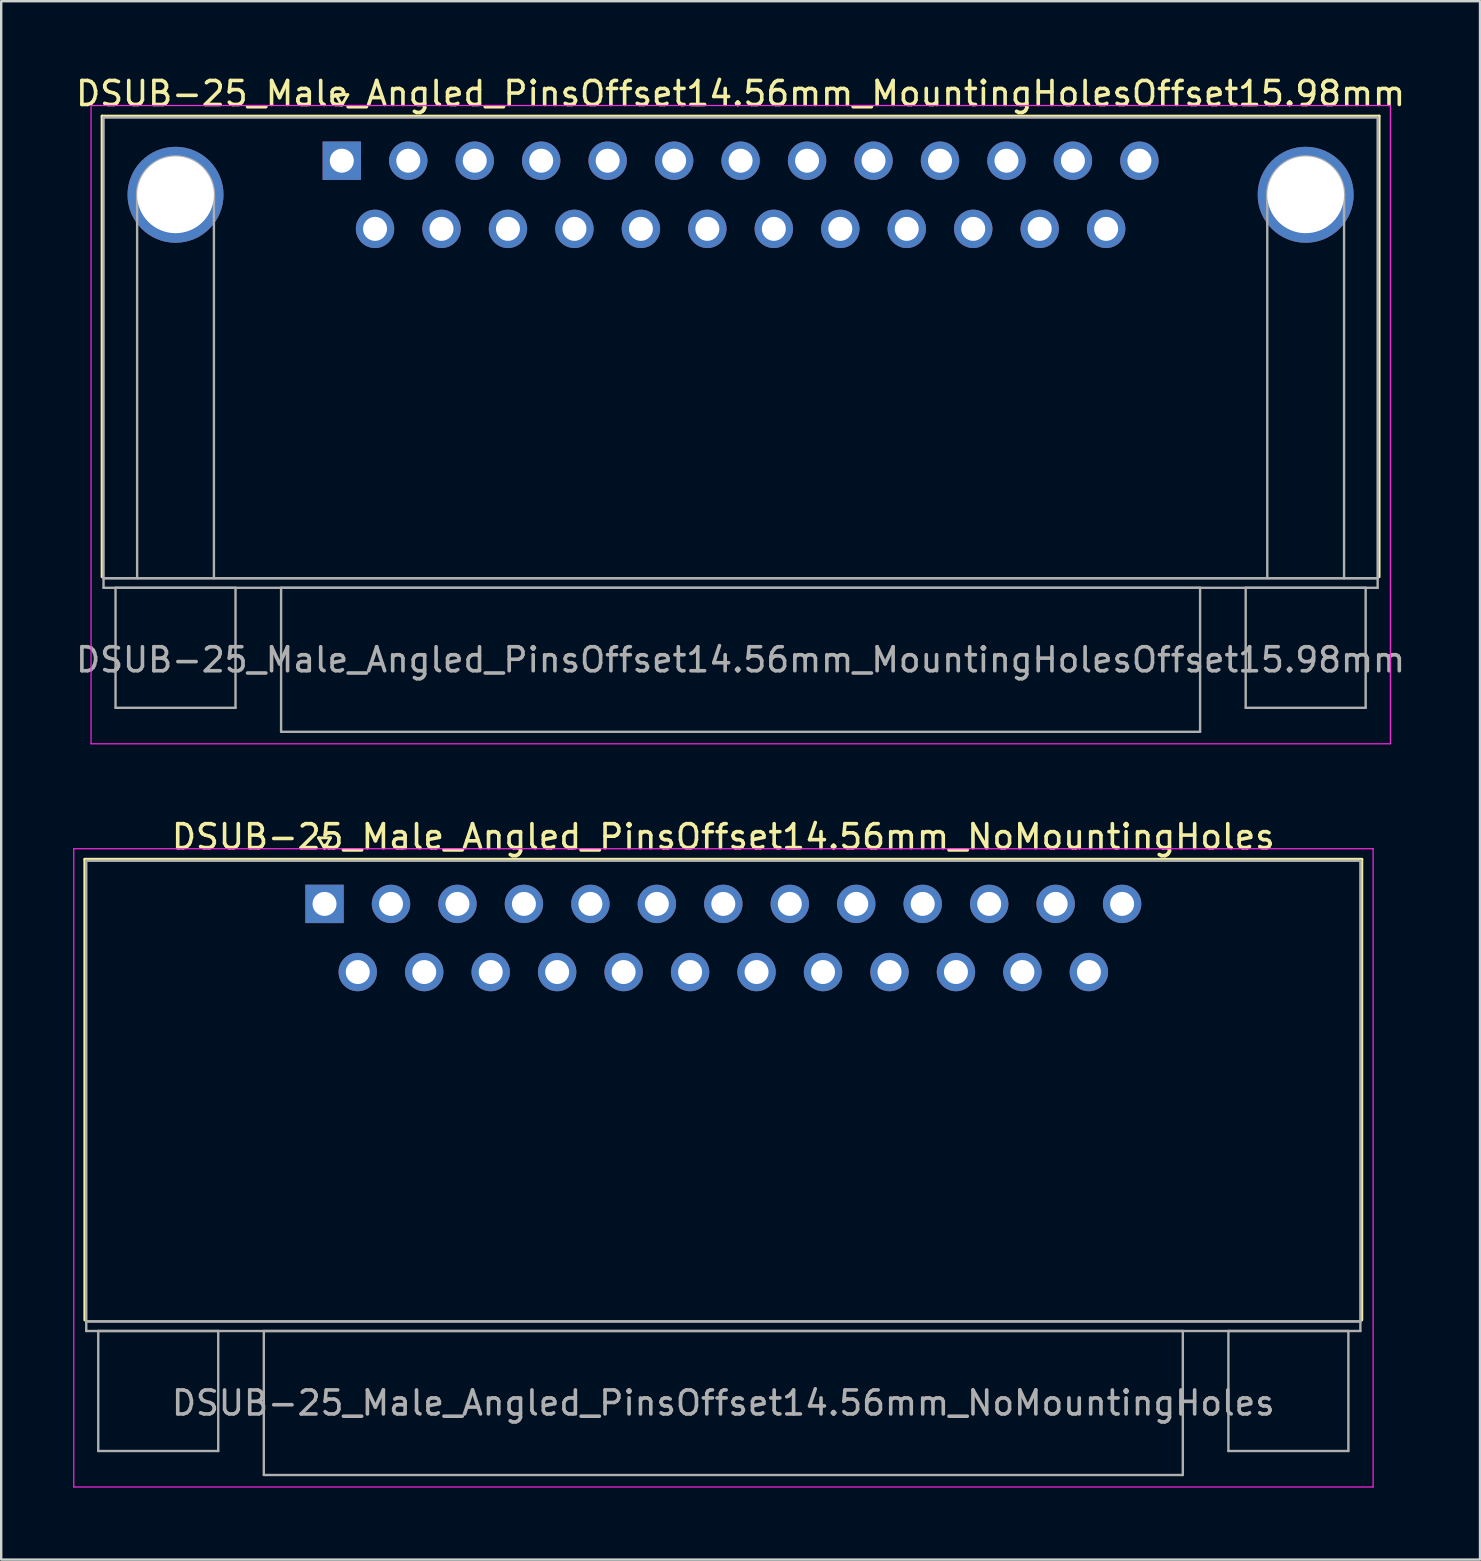
<source format=kicad_pcb>
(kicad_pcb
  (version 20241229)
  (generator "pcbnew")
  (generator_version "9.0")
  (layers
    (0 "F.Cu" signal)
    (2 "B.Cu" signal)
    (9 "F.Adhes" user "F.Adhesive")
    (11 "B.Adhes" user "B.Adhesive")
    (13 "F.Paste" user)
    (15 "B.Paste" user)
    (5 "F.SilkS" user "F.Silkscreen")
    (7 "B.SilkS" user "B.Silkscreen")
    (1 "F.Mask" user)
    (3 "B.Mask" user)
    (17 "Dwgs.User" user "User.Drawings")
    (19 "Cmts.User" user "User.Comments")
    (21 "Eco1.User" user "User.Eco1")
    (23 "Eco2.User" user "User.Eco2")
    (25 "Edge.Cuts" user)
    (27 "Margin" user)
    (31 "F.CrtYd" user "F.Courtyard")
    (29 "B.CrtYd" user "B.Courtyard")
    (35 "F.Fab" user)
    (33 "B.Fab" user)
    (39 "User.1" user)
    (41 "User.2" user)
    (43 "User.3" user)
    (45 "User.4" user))
  (footprint "DSUB-25_Male_Angled_PinsOffset14.56mm_NoMountingHoles"
    (layer "F.Cu")
    (at 10.475 34.621)
    (property "Reference" "DSUB-25_Male_Angled_PinsOffset14.56mm_NoMountingHoles" (at 16.62 -2.8 0) (layer "F.SilkS") (effects (font (size 1 1) (thickness 0.15))))
    (attr through_hole)
    (fp_line (start -9.99 -1.86) (end 43.23 -1.86) (stroke (width 0.12) (type solid)) (layer "F.SilkS"))
    (fp_line (start -9.99 17.34) (end -9.99 -1.86) (stroke (width 0.12) (type solid)) (layer "F.SilkS"))
    (fp_line (start -0.25 -2.754) (end 0.25 -2.754) (stroke (width 0.12) (type solid)) (layer "F.SilkS"))
    (fp_line (start 0 -2.321) (end -0.25 -2.754) (stroke (width 0.12) (type solid)) (layer "F.SilkS"))
    (fp_line (start 0.25 -2.754) (end 0 -2.321) (stroke (width 0.12) (type solid)) (layer "F.SilkS"))
    (fp_line (start 43.23 -1.86) (end 43.23 17.34) (stroke (width 0.12) (type solid)) (layer "F.SilkS"))
    (fp_line (start -10.45 -2.3) (end -10.45 24.3) (stroke (width 0.05) (type solid)) (layer "F.CrtYd"))
    (fp_line (start -10.45 24.3) (end 43.7 24.3) (stroke (width 0.05) (type solid)) (layer "F.CrtYd"))
    (fp_line (start 43.7 -2.3) (end -10.45 -2.3) (stroke (width 0.05) (type solid)) (layer "F.CrtYd"))
    (fp_line (start 43.7 24.3) (end 43.7 -2.3) (stroke (width 0.05) (type solid)) (layer "F.CrtYd"))
    (fp_line (start -9.93 -1.8) (end -9.93 17.4) (stroke (width 0.1) (type solid)) (layer "F.Fab"))
    (fp_line (start -9.93 17.4) (end -9.93 17.8) (stroke (width 0.1) (type solid)) (layer "F.Fab"))
    (fp_line (start -9.93 17.4) (end 43.17 17.4) (stroke (width 0.1) (type solid)) (layer "F.Fab"))
    (fp_line (start -9.93 17.8) (end 43.17 17.8) (stroke (width 0.1) (type solid)) (layer "F.Fab"))
    (fp_line (start -9.43 17.8) (end -9.43 22.8) (stroke (width 0.1) (type solid)) (layer "F.Fab"))
    (fp_line (start -9.43 22.8) (end -4.43 22.8) (stroke (width 0.1) (type solid)) (layer "F.Fab"))
    (fp_line (start -4.43 17.8) (end -9.43 17.8) (stroke (width 0.1) (type solid)) (layer "F.Fab"))
    (fp_line (start -4.43 22.8) (end -4.43 17.8) (stroke (width 0.1) (type solid)) (layer "F.Fab"))
    (fp_line (start -2.53 17.8) (end -2.53 23.8) (stroke (width 0.1) (type solid)) (layer "F.Fab"))
    (fp_line (start -2.53 23.8) (end 35.77 23.8) (stroke (width 0.1) (type solid)) (layer "F.Fab"))
    (fp_line (start 35.77 17.8) (end -2.53 17.8) (stroke (width 0.1) (type solid)) (layer "F.Fab"))
    (fp_line (start 35.77 23.8) (end 35.77 17.8) (stroke (width 0.1) (type solid)) (layer "F.Fab"))
    (fp_line (start 37.67 17.8) (end 37.67 22.8) (stroke (width 0.1) (type solid)) (layer "F.Fab"))
    (fp_line (start 37.67 22.8) (end 42.67 22.8) (stroke (width 0.1) (type solid)) (layer "F.Fab"))
    (fp_line (start 42.67 17.8) (end 37.67 17.8) (stroke (width 0.1) (type solid)) (layer "F.Fab"))
    (fp_line (start 42.67 22.8) (end 42.67 17.8) (stroke (width 0.1) (type solid)) (layer "F.Fab"))
    (fp_line (start 43.17 -1.8) (end -9.93 -1.8) (stroke (width 0.1) (type solid)) (layer "F.Fab"))
    (fp_line (start 43.17 17.4) (end -9.93 17.4) (stroke (width 0.1) (type solid)) (layer "F.Fab"))
    (fp_line (start 43.17 17.4) (end 43.17 -1.8) (stroke (width 0.1) (type solid)) (layer "F.Fab"))
    (fp_line (start 43.17 17.8) (end 43.17 17.4) (stroke (width 0.1) (type solid)) (layer "F.Fab"))
    (fp_text user "${REFERENCE}" (at 16.62 20.8 0) (layer "F.Fab") (effects (font (size 1 1) (thickness 0.15))))
    (pad "1" thru_hole rect (at 0 0) (size 1.6 1.6) (drill 1) (layers "*.Cu" "*.Mask"))
    (pad "2" thru_hole circle (at 2.77 0) (size 1.6 1.6) (drill 1) (layers "*.Cu" "*.Mask"))
    (pad "3" thru_hole circle (at 5.54 0) (size 1.6 1.6) (drill 1) (layers "*.Cu" "*.Mask"))
    (pad "4" thru_hole circle (at 8.31 0) (size 1.6 1.6) (drill 1) (layers "*.Cu" "*.Mask"))
    (pad "5" thru_hole circle (at 11.08 0) (size 1.6 1.6) (drill 1) (layers "*.Cu" "*.Mask"))
    (pad "6" thru_hole circle (at 13.85 0) (size 1.6 1.6) (drill 1) (layers "*.Cu" "*.Mask"))
    (pad "7" thru_hole circle (at 16.62 0) (size 1.6 1.6) (drill 1) (layers "*.Cu" "*.Mask"))
    (pad "8" thru_hole circle (at 19.39 0) (size 1.6 1.6) (drill 1) (layers "*.Cu" "*.Mask"))
    (pad "9" thru_hole circle (at 22.16 0) (size 1.6 1.6) (drill 1) (layers "*.Cu" "*.Mask"))
    (pad "10" thru_hole circle (at 24.93 0) (size 1.6 1.6) (drill 1) (layers "*.Cu" "*.Mask"))
    (pad "11" thru_hole circle (at 27.7 0) (size 1.6 1.6) (drill 1) (layers "*.Cu" "*.Mask"))
    (pad "12" thru_hole circle (at 30.47 0) (size 1.6 1.6) (drill 1) (layers "*.Cu" "*.Mask"))
    (pad "13" thru_hole circle (at 33.24 0) (size 1.6 1.6) (drill 1) (layers "*.Cu" "*.Mask"))
    (pad "14" thru_hole circle (at 1.385 2.84) (size 1.6 1.6) (drill 1) (layers "*.Cu" "*.Mask"))
    (pad "15" thru_hole circle (at 4.155 2.84) (size 1.6 1.6) (drill 1) (layers "*.Cu" "*.Mask"))
    (pad "16" thru_hole circle (at 6.925 2.84) (size 1.6 1.6) (drill 1) (layers "*.Cu" "*.Mask"))
    (pad "17" thru_hole circle (at 9.695 2.84) (size 1.6 1.6) (drill 1) (layers "*.Cu" "*.Mask"))
    (pad "18" thru_hole circle (at 12.465 2.84) (size 1.6 1.6) (drill 1) (layers "*.Cu" "*.Mask"))
    (pad "19" thru_hole circle (at 15.235 2.84) (size 1.6 1.6) (drill 1) (layers "*.Cu" "*.Mask"))
    (pad "20" thru_hole circle (at 18.005 2.84) (size 1.6 1.6) (drill 1) (layers "*.Cu" "*.Mask"))
    (pad "21" thru_hole circle (at 20.775 2.84) (size 1.6 1.6) (drill 1) (layers "*.Cu" "*.Mask"))
    (pad "22" thru_hole circle (at 23.545 2.84) (size 1.6 1.6) (drill 1) (layers "*.Cu" "*.Mask"))
    (pad "23" thru_hole circle (at 26.315 2.84) (size 1.6 1.6) (drill 1) (layers "*.Cu" "*.Mask"))
    (pad "24" thru_hole circle (at 29.085 2.84) (size 1.6 1.6) (drill 1) (layers "*.Cu" "*.Mask"))
    (pad "25" thru_hole circle (at 31.855 2.84) (size 1.6 1.6) (drill 1) (layers "*.Cu" "*.Mask")))
  (footprint "DSUB-25_Male_Angled_PinsOffset14.56mm_MountingHolesOffset15.98mm"
    (layer "F.Cu")
    (at 11.195 3.648)
    (property "Reference" "DSUB-25_Male_Angled_PinsOffset14.56mm_MountingHolesOffset15.98mm" (at 16.62 -2.8 0) (layer "F.SilkS") (effects (font (size 1 1) (thickness 0.15))))
    (attr through_hole)
    (fp_line (start -9.99 -1.86) (end 43.23 -1.86) (stroke (width 0.12) (type solid)) (layer "F.SilkS"))
    (fp_line (start -9.99 17.34) (end -9.99 -1.86) (stroke (width 0.12) (type solid)) (layer "F.SilkS"))
    (fp_line (start -0.25 -2.754) (end 0.25 -2.754) (stroke (width 0.12) (type solid)) (layer "F.SilkS"))
    (fp_line (start 0 -2.321) (end -0.25 -2.754) (stroke (width 0.12) (type solid)) (layer "F.SilkS"))
    (fp_line (start 0.25 -2.754) (end 0 -2.321) (stroke (width 0.12) (type solid)) (layer "F.SilkS"))
    (fp_line (start 43.23 -1.86) (end 43.23 17.34) (stroke (width 0.12) (type solid)) (layer "F.SilkS"))
    (fp_line (start -10.45 -2.3) (end -10.45 24.3) (stroke (width 0.05) (type solid)) (layer "F.CrtYd"))
    (fp_line (start -10.45 24.3) (end 43.7 24.3) (stroke (width 0.05) (type solid)) (layer "F.CrtYd"))
    (fp_line (start 43.7 -2.3) (end -10.45 -2.3) (stroke (width 0.05) (type solid)) (layer "F.CrtYd"))
    (fp_line (start 43.7 24.3) (end 43.7 -2.3) (stroke (width 0.05) (type solid)) (layer "F.CrtYd"))
    (fp_line (start -9.93 -1.8) (end -9.93 17.4) (stroke (width 0.1) (type solid)) (layer "F.Fab"))
    (fp_line (start -9.93 17.4) (end -9.93 17.8) (stroke (width 0.1) (type solid)) (layer "F.Fab"))
    (fp_line (start -9.93 17.4) (end 43.17 17.4) (stroke (width 0.1) (type solid)) (layer "F.Fab"))
    (fp_line (start -9.93 17.8) (end 43.17 17.8) (stroke (width 0.1) (type solid)) (layer "F.Fab"))
    (fp_line (start -9.43 17.8) (end -9.43 22.8) (stroke (width 0.1) (type solid)) (layer "F.Fab"))
    (fp_line (start -9.43 22.8) (end -4.43 22.8) (stroke (width 0.1) (type solid)) (layer "F.Fab"))
    (fp_line (start -8.53 17.4) (end -8.53 1.42) (stroke (width 0.1) (type solid)) (layer "F.Fab"))
    (fp_line (start -5.33 17.4) (end -5.33 1.42) (stroke (width 0.1) (type solid)) (layer "F.Fab"))
    (fp_line (start -4.43 17.8) (end -9.43 17.8) (stroke (width 0.1) (type solid)) (layer "F.Fab"))
    (fp_line (start -4.43 22.8) (end -4.43 17.8) (stroke (width 0.1) (type solid)) (layer "F.Fab"))
    (fp_line (start -2.53 17.8) (end -2.53 23.8) (stroke (width 0.1) (type solid)) (layer "F.Fab"))
    (fp_line (start -2.53 23.8) (end 35.77 23.8) (stroke (width 0.1) (type solid)) (layer "F.Fab"))
    (fp_line (start 35.77 17.8) (end -2.53 17.8) (stroke (width 0.1) (type solid)) (layer "F.Fab"))
    (fp_line (start 35.77 23.8) (end 35.77 17.8) (stroke (width 0.1) (type solid)) (layer "F.Fab"))
    (fp_line (start 37.67 17.8) (end 37.67 22.8) (stroke (width 0.1) (type solid)) (layer "F.Fab"))
    (fp_line (start 37.67 22.8) (end 42.67 22.8) (stroke (width 0.1) (type solid)) (layer "F.Fab"))
    (fp_line (start 38.57 17.4) (end 38.57 1.42) (stroke (width 0.1) (type solid)) (layer "F.Fab"))
    (fp_line (start 41.77 17.4) (end 41.77 1.42) (stroke (width 0.1) (type solid)) (layer "F.Fab"))
    (fp_line (start 42.67 17.8) (end 37.67 17.8) (stroke (width 0.1) (type solid)) (layer "F.Fab"))
    (fp_line (start 42.67 22.8) (end 42.67 17.8) (stroke (width 0.1) (type solid)) (layer "F.Fab"))
    (fp_line (start 43.17 -1.8) (end -9.93 -1.8) (stroke (width 0.1) (type solid)) (layer "F.Fab"))
    (fp_line (start 43.17 17.4) (end -9.93 17.4) (stroke (width 0.1) (type solid)) (layer "F.Fab"))
    (fp_line (start 43.17 17.4) (end 43.17 -1.8) (stroke (width 0.1) (type solid)) (layer "F.Fab"))
    (fp_line (start 43.17 17.8) (end 43.17 17.4) (stroke (width 0.1) (type solid)) (layer "F.Fab"))
    (fp_arc (start -8.53 1.42) (mid -6.93 -0.18) (end -5.33 1.42) (stroke (width 0.1) (type solid)) (layer "F.Fab"))
    (fp_arc (start 38.57 1.42) (mid 40.17 -0.18) (end 41.77 1.42) (stroke (width 0.1) (type solid)) (layer "F.Fab"))
    (fp_text user "${REFERENCE}" (at 16.62 20.8 0) (layer "F.Fab") (effects (font (size 1 1) (thickness 0.15))))
    (pad "0" thru_hole circle (at -6.93 1.42) (size 4 4) (drill 3.2) (layers "*.Cu" "*.Mask"))
    (pad "0" thru_hole circle (at 40.17 1.42) (size 4 4) (drill 3.2) (layers "*.Cu" "*.Mask"))
    (pad "1" thru_hole rect (at 0 0) (size 1.6 1.6) (drill 1) (layers "*.Cu" "*.Mask"))
    (pad "2" thru_hole circle (at 2.77 0) (size 1.6 1.6) (drill 1) (layers "*.Cu" "*.Mask"))
    (pad "3" thru_hole circle (at 5.54 0) (size 1.6 1.6) (drill 1) (layers "*.Cu" "*.Mask"))
    (pad "4" thru_hole circle (at 8.31 0) (size 1.6 1.6) (drill 1) (layers "*.Cu" "*.Mask"))
    (pad "5" thru_hole circle (at 11.08 0) (size 1.6 1.6) (drill 1) (layers "*.Cu" "*.Mask"))
    (pad "6" thru_hole circle (at 13.85 0) (size 1.6 1.6) (drill 1) (layers "*.Cu" "*.Mask"))
    (pad "7" thru_hole circle (at 16.62 0) (size 1.6 1.6) (drill 1) (layers "*.Cu" "*.Mask"))
    (pad "8" thru_hole circle (at 19.39 0) (size 1.6 1.6) (drill 1) (layers "*.Cu" "*.Mask"))
    (pad "9" thru_hole circle (at 22.16 0) (size 1.6 1.6) (drill 1) (layers "*.Cu" "*.Mask"))
    (pad "10" thru_hole circle (at 24.93 0) (size 1.6 1.6) (drill 1) (layers "*.Cu" "*.Mask"))
    (pad "11" thru_hole circle (at 27.7 0) (size 1.6 1.6) (drill 1) (layers "*.Cu" "*.Mask"))
    (pad "12" thru_hole circle (at 30.47 0) (size 1.6 1.6) (drill 1) (layers "*.Cu" "*.Mask"))
    (pad "13" thru_hole circle (at 33.24 0) (size 1.6 1.6) (drill 1) (layers "*.Cu" "*.Mask"))
    (pad "14" thru_hole circle (at 1.385 2.84) (size 1.6 1.6) (drill 1) (layers "*.Cu" "*.Mask"))
    (pad "15" thru_hole circle (at 4.155 2.84) (size 1.6 1.6) (drill 1) (layers "*.Cu" "*.Mask"))
    (pad "16" thru_hole circle (at 6.925 2.84) (size 1.6 1.6) (drill 1) (layers "*.Cu" "*.Mask"))
    (pad "17" thru_hole circle (at 9.695 2.84) (size 1.6 1.6) (drill 1) (layers "*.Cu" "*.Mask"))
    (pad "18" thru_hole circle (at 12.465 2.84) (size 1.6 1.6) (drill 1) (layers "*.Cu" "*.Mask"))
    (pad "19" thru_hole circle (at 15.235 2.84) (size 1.6 1.6) (drill 1) (layers "*.Cu" "*.Mask"))
    (pad "20" thru_hole circle (at 18.005 2.84) (size 1.6 1.6) (drill 1) (layers "*.Cu" "*.Mask"))
    (pad "21" thru_hole circle (at 20.775 2.84) (size 1.6 1.6) (drill 1) (layers "*.Cu" "*.Mask"))
    (pad "22" thru_hole circle (at 23.545 2.84) (size 1.6 1.6) (drill 1) (layers "*.Cu" "*.Mask"))
    (pad "23" thru_hole circle (at 26.315 2.84) (size 1.6 1.6) (drill 1) (layers "*.Cu" "*.Mask"))
    (pad "24" thru_hole circle (at 29.085 2.84) (size 1.6 1.6) (drill 1) (layers "*.Cu" "*.Mask"))
    (pad "25" thru_hole circle (at 31.855 2.84) (size 1.6 1.6) (drill 1) (layers "*.Cu" "*.Mask")))
  (gr_rect
    (start -3 -3)
    (end 58.631 61.947)
    (stroke (width 0.1) (type default))
    (fill no)
    (layer "Edge.Cuts")))
</source>
